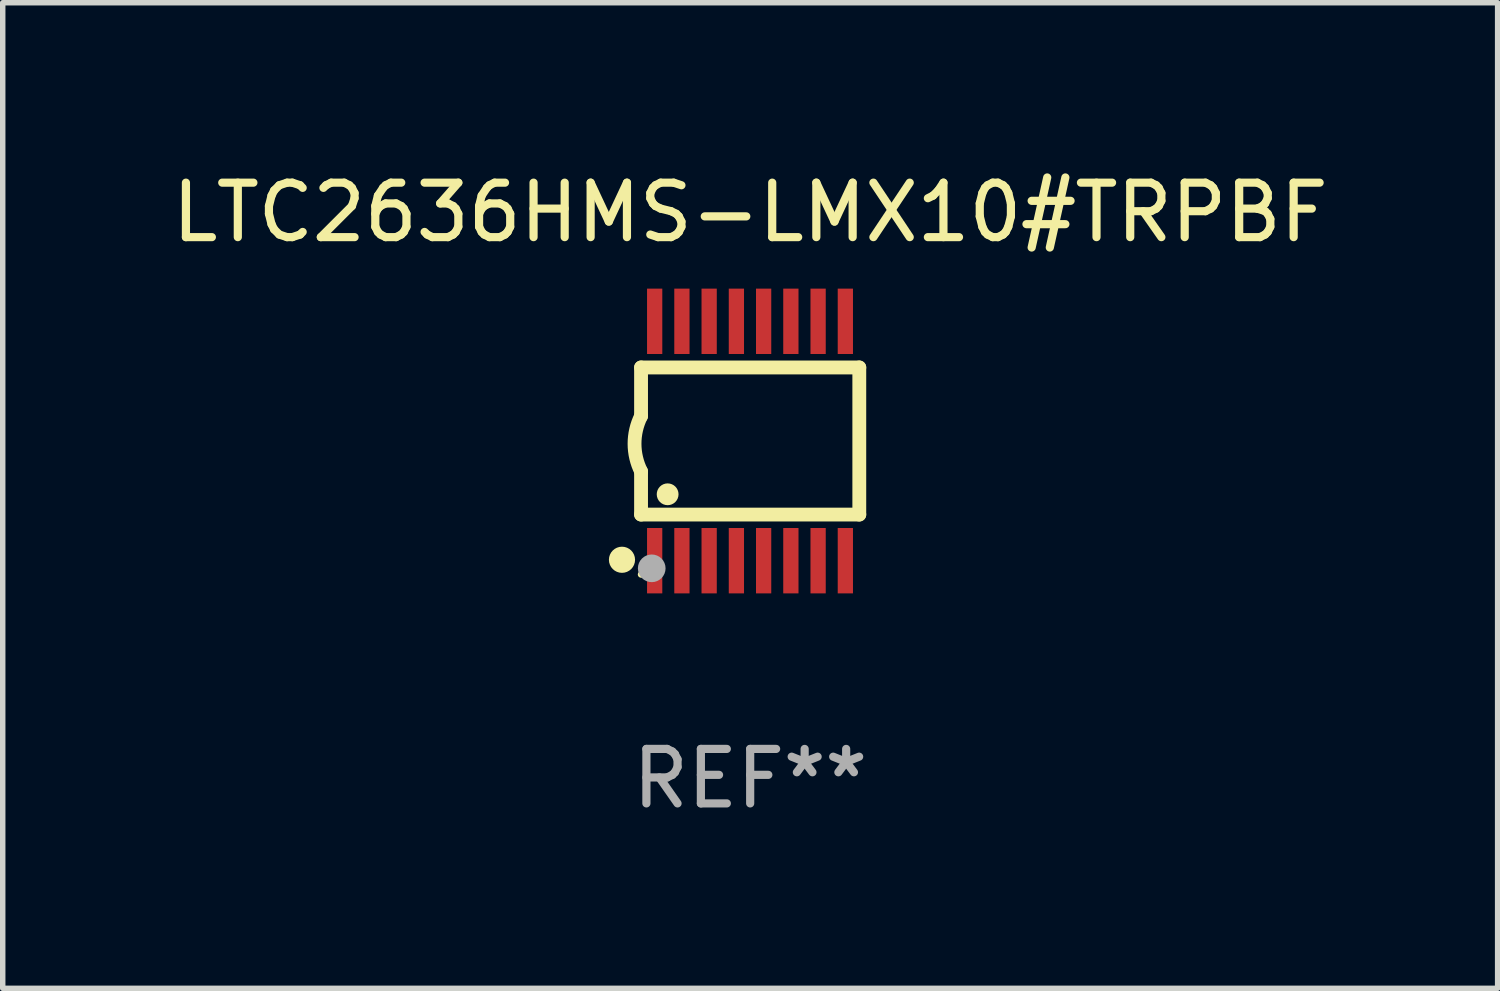
<source format=kicad_pcb>
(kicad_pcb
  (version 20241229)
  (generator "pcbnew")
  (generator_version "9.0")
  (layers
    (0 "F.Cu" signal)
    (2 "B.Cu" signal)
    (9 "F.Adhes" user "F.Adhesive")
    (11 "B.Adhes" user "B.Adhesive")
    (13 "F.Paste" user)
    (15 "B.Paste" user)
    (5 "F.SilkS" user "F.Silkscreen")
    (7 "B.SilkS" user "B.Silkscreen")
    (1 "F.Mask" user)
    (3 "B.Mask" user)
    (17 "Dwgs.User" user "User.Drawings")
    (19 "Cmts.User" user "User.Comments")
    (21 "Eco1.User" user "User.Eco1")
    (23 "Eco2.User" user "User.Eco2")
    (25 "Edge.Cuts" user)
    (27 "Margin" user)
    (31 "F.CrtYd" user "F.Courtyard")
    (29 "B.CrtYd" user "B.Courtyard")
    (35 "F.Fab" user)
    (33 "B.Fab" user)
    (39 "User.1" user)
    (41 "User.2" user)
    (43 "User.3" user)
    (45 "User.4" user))
  (footprint "LTC2636HMS-LMX10#TRPBF"
    (layer "F.Cu")
    (at 10.72 5.045)
    (property "Reference" "LTC2636HMS-LMX10#TRPBF" (at 0 -4.197 0) (layer "F.SilkS") (effects (font (size 1 1) (thickness 0.15))))
    (attr through_hole)
    (fp_line (start -2.003 -1.35) (end -2.003 -0.457) (stroke (width 0.254) (type solid)) (layer "F.SilkS"))
    (fp_line (start -2.003 -1.35) (end 2.003 -1.35) (stroke (width 0.254) (type solid)) (layer "F.SilkS"))
    (fp_line (start -2.003 1.35) (end -2.003 0.559) (stroke (width 0.254) (type solid)) (layer "F.SilkS"))
    (fp_line (start -2.003 1.35) (end 2.003 1.35) (stroke (width 0.254) (type solid)) (layer "F.SilkS"))
    (fp_line (start 2.003 -1.35) (end 2.003 1.35) (stroke (width 0.254) (type solid)) (layer "F.SilkS"))
    (fp_arc (start -2.002286 0.558802) (mid -2.122556 0.05092) (end -2.003302 -0.457201) (stroke (width 0.254001) (type solid)) (layer "F.SilkS"))
    (fp_circle (center -2.353 2.18) (end -2.233 2.18) (stroke (width 0.24) (type solid)) (fill no) (layer "F.SilkS"))
    (fp_circle (center -2.003 2.45) (end -1.973 2.45) (stroke (width 0.06) (type solid)) (fill no) (layer "F.SilkS"))
    (fp_circle (center -1.515 0.978) (end -1.415 0.978) (stroke (width 0.2) (type solid)) (fill no) (layer "F.SilkS"))
    (fp_circle (center -1.807 2.337) (end -1.68 2.337) (stroke (width 0.254) (type solid)) (fill no) (layer "F.Fab"))
    (fp_text user "REF**" (at 0 6.197 0) (layer "F.Fab") (effects (font (size 1 1) (thickness 0.15))))
    (pad "1" smd rect (at -1.753 2.197 90) (size 1.2 0.28) (layers "F.Cu" "F.Mask" "F.Paste"))
    (pad "2" smd rect (at -1.253 2.197 90) (size 1.2 0.28) (layers "F.Cu" "F.Mask" "F.Paste"))
    (pad "3" smd rect (at -0.753 2.197 90) (size 1.2 0.28) (layers "F.Cu" "F.Mask" "F.Paste"))
    (pad "4" smd rect (at -0.253 2.197 90) (size 1.2 0.28) (layers "F.Cu" "F.Mask" "F.Paste"))
    (pad "5" smd rect (at 0.247 2.197 90) (size 1.2 0.28) (layers "F.Cu" "F.Mask" "F.Paste"))
    (pad "6" smd rect (at 0.747 2.197 90) (size 1.2 0.28) (layers "F.Cu" "F.Mask" "F.Paste"))
    (pad "7" smd rect (at 1.247 2.197 90) (size 1.2 0.28) (layers "F.Cu" "F.Mask" "F.Paste"))
    (pad "8" smd rect (at 1.747 2.197 90) (size 1.2 0.28) (layers "F.Cu" "F.Mask" "F.Paste"))
    (pad "9" smd rect (at 1.747 -2.197 90) (size 1.2 0.28) (layers "F.Cu" "F.Mask" "F.Paste"))
    (pad "10" smd rect (at 1.247 -2.197 90) (size 1.2 0.28) (layers "F.Cu" "F.Mask" "F.Paste"))
    (pad "11" smd rect (at 0.747 -2.197 90) (size 1.2 0.28) (layers "F.Cu" "F.Mask" "F.Paste"))
    (pad "12" smd rect (at 0.247 -2.197 90) (size 1.2 0.28) (layers "F.Cu" "F.Mask" "F.Paste"))
    (pad "13" smd rect (at -0.253 -2.197 90) (size 1.2 0.28) (layers "F.Cu" "F.Mask" "F.Paste"))
    (pad "14" smd rect (at -0.753 -2.197 90) (size 1.2 0.28) (layers "F.Cu" "F.Mask" "F.Paste"))
    (pad "15" smd rect (at -1.253 -2.197 90) (size 1.2 0.28) (layers "F.Cu" "F.Mask" "F.Paste"))
    (pad "16" smd rect (at -1.753 -2.197 90) (size 1.2 0.28) (layers "F.Cu" "F.Mask" "F.Paste")))
  (gr_rect
    (start -3 -3)
    (end 24.44 15.091)
    (stroke (width 0.1) (type default))
    (fill no)
    (layer "Edge.Cuts")))
</source>
